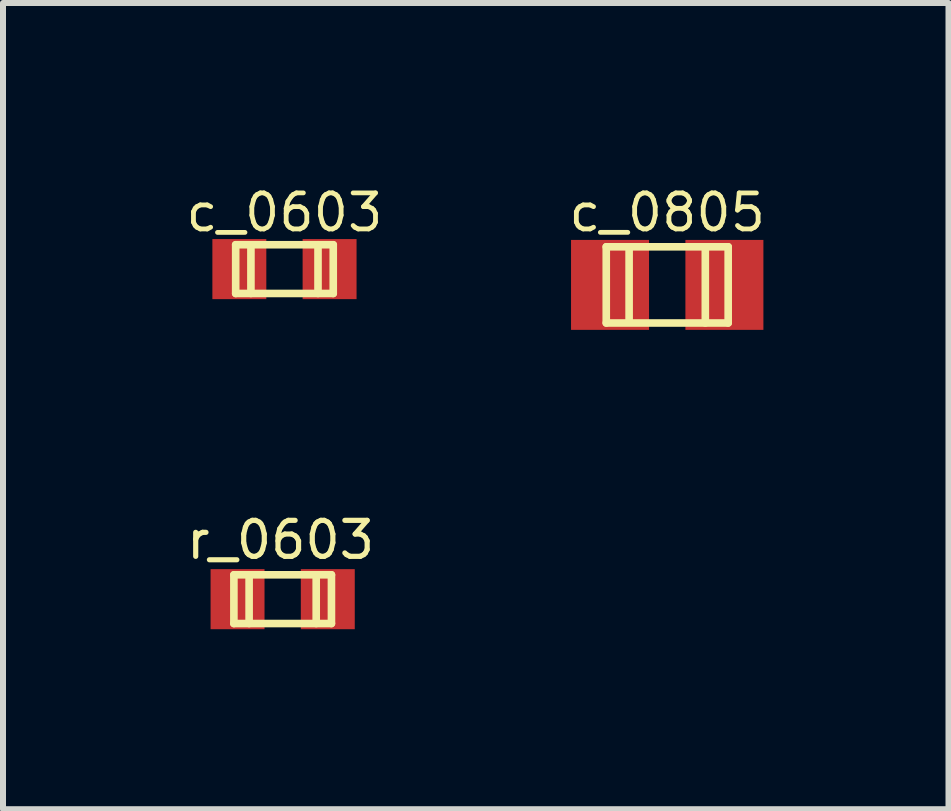
<source format=kicad_pcb>
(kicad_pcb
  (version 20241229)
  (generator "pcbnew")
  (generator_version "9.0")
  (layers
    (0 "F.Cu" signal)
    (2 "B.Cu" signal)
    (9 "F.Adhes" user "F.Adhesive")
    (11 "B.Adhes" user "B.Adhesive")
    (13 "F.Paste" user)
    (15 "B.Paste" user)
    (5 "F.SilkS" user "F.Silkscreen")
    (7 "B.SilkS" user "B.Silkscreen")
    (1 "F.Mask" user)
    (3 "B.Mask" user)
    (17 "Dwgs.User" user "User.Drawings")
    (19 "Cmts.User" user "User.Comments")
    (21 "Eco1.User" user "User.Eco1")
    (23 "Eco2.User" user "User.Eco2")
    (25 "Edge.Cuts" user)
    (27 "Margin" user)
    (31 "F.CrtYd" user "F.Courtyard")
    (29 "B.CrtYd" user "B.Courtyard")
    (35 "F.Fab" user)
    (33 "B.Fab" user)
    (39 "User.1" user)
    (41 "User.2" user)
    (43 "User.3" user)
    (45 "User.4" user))
  (footprint "c_0603"
    (layer "F.Cu")
    (at 1.691 1.435)
    (property "Reference" "c_0603" (at 0 -0.943 0) (layer "F.SilkS") (effects (font (size 0.601 0.601) (thickness 0.08))))
    (attr through_hole)
    (fp_line (start -0.813 -0.406) (end 0.813 -0.406) (stroke (width 0.127) (type solid)) (layer "F.SilkS"))
    (fp_line (start -0.813 0.406) (end -0.813 -0.406) (stroke (width 0.127) (type solid)) (layer "F.SilkS"))
    (fp_line (start -0.559 -0.381) (end -0.559 0.406) (stroke (width 0.127) (type solid)) (layer "F.SilkS"))
    (fp_line (start 0.559 0.406) (end 0.559 -0.406) (stroke (width 0.127) (type solid)) (layer "F.SilkS"))
    (fp_line (start 0.813 -0.406) (end 0.813 0.406) (stroke (width 0.127) (type solid)) (layer "F.SilkS"))
    (fp_line (start 0.813 0.406) (end -0.813 0.406) (stroke (width 0.127) (type solid)) (layer "F.SilkS"))
    (pad "1" smd rect (at 0.752 0) (size 0.899 1.001) (layers "F.Cu" "F.Mask" "F.Paste"))
    (pad "2" smd rect (at -0.752 0) (size 0.899 1.001) (layers "F.Cu" "F.Mask" "F.Paste")))
  (footprint "r_0603"
    (layer "F.Cu")
    (at 1.661 6.936)
    (property "Reference" "r_0603" (at -0.035 -0.987 0) (layer "F.SilkS") (effects (font (size 0.6 0.6) (thickness 0.086))))
    (attr through_hole)
    (fp_line (start -0.813 -0.406) (end 0.813 -0.406) (stroke (width 0.127) (type solid)) (layer "F.SilkS"))
    (fp_line (start -0.813 0.406) (end -0.813 -0.406) (stroke (width 0.127) (type solid)) (layer "F.SilkS"))
    (fp_line (start -0.559 -0.381) (end -0.559 0.406) (stroke (width 0.127) (type solid)) (layer "F.SilkS"))
    (fp_line (start 0.559 0.406) (end 0.559 -0.406) (stroke (width 0.127) (type solid)) (layer "F.SilkS"))
    (fp_line (start 0.813 -0.406) (end 0.813 0.406) (stroke (width 0.127) (type solid)) (layer "F.SilkS"))
    (fp_line (start 0.813 0.406) (end -0.813 0.406) (stroke (width 0.127) (type solid)) (layer "F.SilkS"))
    (pad "1" smd rect (at 0.752 0) (size 0.899 1.001) (layers "F.Cu" "F.Mask" "F.Paste"))
    (pad "2" smd rect (at -0.752 0) (size 0.899 1.001) (layers "F.Cu" "F.Mask" "F.Paste")))
  (footprint "c_0805"
    (layer "F.Cu")
    (at 8.07 1.698)
    (property "Reference" "c_0805" (at 0 -1.206 0) (layer "F.SilkS") (effects (font (size 0.6 0.6) (thickness 0.08))))
    (attr through_hole)
    (fp_line (start -1.016 -0.635) (end 1.016 -0.635) (stroke (width 0.127) (type solid)) (layer "F.SilkS"))
    (fp_line (start -1.016 0.635) (end -1.016 -0.635) (stroke (width 0.127) (type solid)) (layer "F.SilkS"))
    (fp_line (start -0.635 -0.635) (end -0.635 0.61) (stroke (width 0.127) (type solid)) (layer "F.SilkS"))
    (fp_line (start 0.635 -0.635) (end 0.635 0.635) (stroke (width 0.127) (type solid)) (layer "F.SilkS"))
    (fp_line (start 1.016 -0.635) (end 1.016 0.635) (stroke (width 0.127) (type solid)) (layer "F.SilkS"))
    (fp_line (start 1.016 0.635) (end -1.016 0.635) (stroke (width 0.127) (type solid)) (layer "F.SilkS"))
    (pad "1" smd rect (at 0.953 0) (size 1.3 1.499) (layers "F.Cu" "F.Mask" "F.Paste"))
    (pad "2" smd rect (at -0.953 0) (size 1.3 1.499) (layers "F.Cu" "F.Mask" "F.Paste")))
  (gr_rect
    (start -3 -3)
    (end 12.758 10.436)
    (stroke (width 0.1) (type default))
    (fill no)
    (layer "Edge.Cuts")))
</source>
